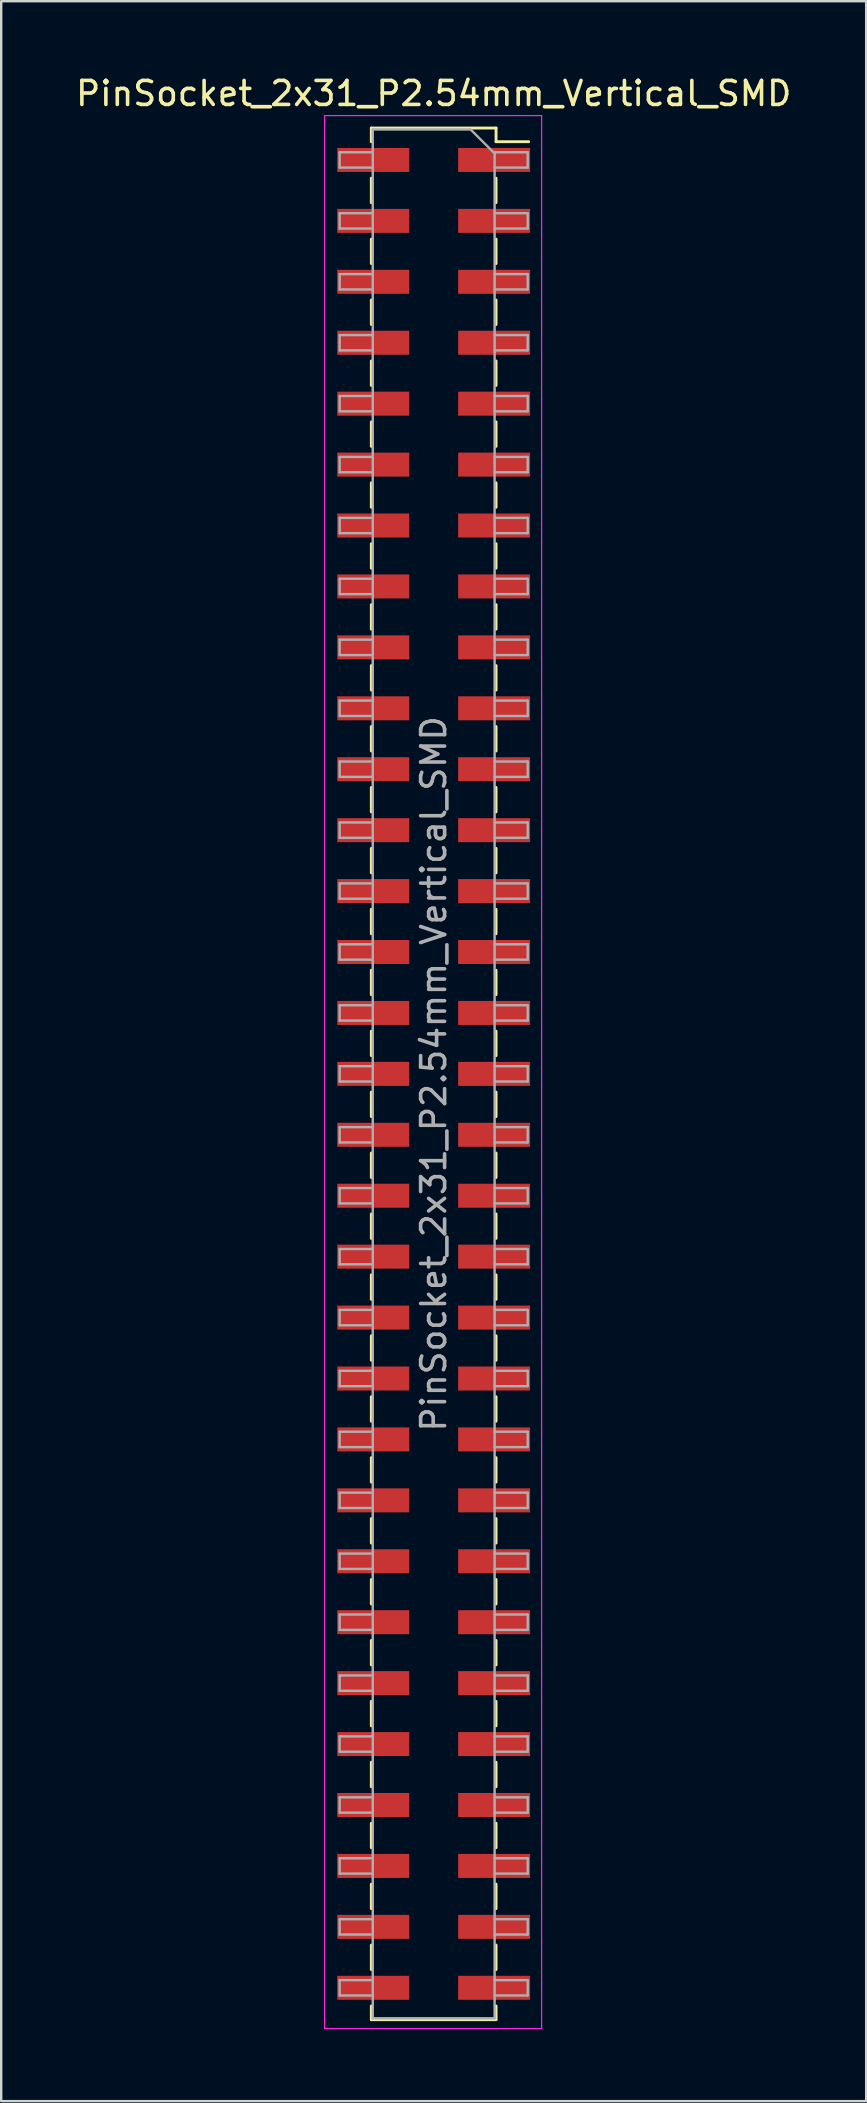
<source format=kicad_pcb>
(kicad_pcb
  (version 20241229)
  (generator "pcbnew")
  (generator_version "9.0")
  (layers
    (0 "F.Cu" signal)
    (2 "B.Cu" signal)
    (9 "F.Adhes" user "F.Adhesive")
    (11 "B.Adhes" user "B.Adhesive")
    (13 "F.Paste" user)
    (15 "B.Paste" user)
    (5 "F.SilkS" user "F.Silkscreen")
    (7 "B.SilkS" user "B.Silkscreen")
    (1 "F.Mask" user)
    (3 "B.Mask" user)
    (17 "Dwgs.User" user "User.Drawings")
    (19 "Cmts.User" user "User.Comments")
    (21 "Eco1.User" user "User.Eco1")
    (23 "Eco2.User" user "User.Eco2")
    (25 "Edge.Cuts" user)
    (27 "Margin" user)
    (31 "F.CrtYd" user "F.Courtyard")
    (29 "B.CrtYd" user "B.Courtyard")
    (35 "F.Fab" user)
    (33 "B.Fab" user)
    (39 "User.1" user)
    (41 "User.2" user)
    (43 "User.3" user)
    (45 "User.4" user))
  (footprint "PinSocket_2x31_P2.54mm_Vertical_SMD"
    (layer "F.Cu")
    (at 15.03 41.718)
    (property "Reference" "PinSocket_2x31_P2.54mm_Vertical_SMD" (at 0 -40.87 0) (layer "F.SilkS") (effects (font (size 1 1) (thickness 0.15))))
    (attr smd)
    (fp_line (start -2.6 -39.43) (end -2.6 -38.86) (stroke (width 0.12) (type solid)) (layer "F.SilkS"))
    (fp_line (start -2.6 -39.43) (end 2.6 -39.43) (stroke (width 0.12) (type solid)) (layer "F.SilkS"))
    (fp_line (start -2.6 -37.34) (end -2.6 -36.32) (stroke (width 0.12) (type solid)) (layer "F.SilkS"))
    (fp_line (start -2.6 -34.8) (end -2.6 -33.78) (stroke (width 0.12) (type solid)) (layer "F.SilkS"))
    (fp_line (start -2.6 -32.26) (end -2.6 -31.24) (stroke (width 0.12) (type solid)) (layer "F.SilkS"))
    (fp_line (start -2.6 -29.72) (end -2.6 -28.7) (stroke (width 0.12) (type solid)) (layer "F.SilkS"))
    (fp_line (start -2.6 -27.18) (end -2.6 -26.16) (stroke (width 0.12) (type solid)) (layer "F.SilkS"))
    (fp_line (start -2.6 -24.64) (end -2.6 -23.62) (stroke (width 0.12) (type solid)) (layer "F.SilkS"))
    (fp_line (start -2.6 -22.1) (end -2.6 -21.08) (stroke (width 0.12) (type solid)) (layer "F.SilkS"))
    (fp_line (start -2.6 -19.56) (end -2.6 -18.54) (stroke (width 0.12) (type solid)) (layer "F.SilkS"))
    (fp_line (start -2.6 -17.02) (end -2.6 -16) (stroke (width 0.12) (type solid)) (layer "F.SilkS"))
    (fp_line (start -2.6 -14.48) (end -2.6 -13.46) (stroke (width 0.12) (type solid)) (layer "F.SilkS"))
    (fp_line (start -2.6 -11.94) (end -2.6 -10.92) (stroke (width 0.12) (type solid)) (layer "F.SilkS"))
    (fp_line (start -2.6 -9.4) (end -2.6 -8.38) (stroke (width 0.12) (type solid)) (layer "F.SilkS"))
    (fp_line (start -2.6 -6.86) (end -2.6 -5.84) (stroke (width 0.12) (type solid)) (layer "F.SilkS"))
    (fp_line (start -2.6 -4.32) (end -2.6 -3.3) (stroke (width 0.12) (type solid)) (layer "F.SilkS"))
    (fp_line (start -2.6 -1.78) (end -2.6 -0.76) (stroke (width 0.12) (type solid)) (layer "F.SilkS"))
    (fp_line (start -2.6 0.76) (end -2.6 1.78) (stroke (width 0.12) (type solid)) (layer "F.SilkS"))
    (fp_line (start -2.6 3.3) (end -2.6 4.32) (stroke (width 0.12) (type solid)) (layer "F.SilkS"))
    (fp_line (start -2.6 5.84) (end -2.6 6.86) (stroke (width 0.12) (type solid)) (layer "F.SilkS"))
    (fp_line (start -2.6 8.38) (end -2.6 9.4) (stroke (width 0.12) (type solid)) (layer "F.SilkS"))
    (fp_line (start -2.6 10.92) (end -2.6 11.94) (stroke (width 0.12) (type solid)) (layer "F.SilkS"))
    (fp_line (start -2.6 13.46) (end -2.6 14.48) (stroke (width 0.12) (type solid)) (layer "F.SilkS"))
    (fp_line (start -2.6 16) (end -2.6 17.02) (stroke (width 0.12) (type solid)) (layer "F.SilkS"))
    (fp_line (start -2.6 18.54) (end -2.6 19.56) (stroke (width 0.12) (type solid)) (layer "F.SilkS"))
    (fp_line (start -2.6 21.08) (end -2.6 22.1) (stroke (width 0.12) (type solid)) (layer "F.SilkS"))
    (fp_line (start -2.6 23.62) (end -2.6 24.64) (stroke (width 0.12) (type solid)) (layer "F.SilkS"))
    (fp_line (start -2.6 26.16) (end -2.6 27.18) (stroke (width 0.12) (type solid)) (layer "F.SilkS"))
    (fp_line (start -2.6 28.7) (end -2.6 29.72) (stroke (width 0.12) (type solid)) (layer "F.SilkS"))
    (fp_line (start -2.6 31.24) (end -2.6 32.26) (stroke (width 0.12) (type solid)) (layer "F.SilkS"))
    (fp_line (start -2.6 33.78) (end -2.6 34.8) (stroke (width 0.12) (type solid)) (layer "F.SilkS"))
    (fp_line (start -2.6 36.32) (end -2.6 37.34) (stroke (width 0.12) (type solid)) (layer "F.SilkS"))
    (fp_line (start -2.6 38.86) (end -2.6 39.43) (stroke (width 0.12) (type solid)) (layer "F.SilkS"))
    (fp_line (start -2.6 39.43) (end 2.6 39.43) (stroke (width 0.12) (type solid)) (layer "F.SilkS"))
    (fp_line (start 2.6 -39.43) (end 2.6 -38.86) (stroke (width 0.12) (type solid)) (layer "F.SilkS"))
    (fp_line (start 2.6 -38.86) (end 3.96 -38.86) (stroke (width 0.12) (type solid)) (layer "F.SilkS"))
    (fp_line (start 2.6 -37.34) (end 2.6 -36.32) (stroke (width 0.12) (type solid)) (layer "F.SilkS"))
    (fp_line (start 2.6 -34.8) (end 2.6 -33.78) (stroke (width 0.12) (type solid)) (layer "F.SilkS"))
    (fp_line (start 2.6 -32.26) (end 2.6 -31.24) (stroke (width 0.12) (type solid)) (layer "F.SilkS"))
    (fp_line (start 2.6 -29.72) (end 2.6 -28.7) (stroke (width 0.12) (type solid)) (layer "F.SilkS"))
    (fp_line (start 2.6 -27.18) (end 2.6 -26.16) (stroke (width 0.12) (type solid)) (layer "F.SilkS"))
    (fp_line (start 2.6 -24.64) (end 2.6 -23.62) (stroke (width 0.12) (type solid)) (layer "F.SilkS"))
    (fp_line (start 2.6 -22.1) (end 2.6 -21.08) (stroke (width 0.12) (type solid)) (layer "F.SilkS"))
    (fp_line (start 2.6 -19.56) (end 2.6 -18.54) (stroke (width 0.12) (type solid)) (layer "F.SilkS"))
    (fp_line (start 2.6 -17.02) (end 2.6 -16) (stroke (width 0.12) (type solid)) (layer "F.SilkS"))
    (fp_line (start 2.6 -14.48) (end 2.6 -13.46) (stroke (width 0.12) (type solid)) (layer "F.SilkS"))
    (fp_line (start 2.6 -11.94) (end 2.6 -10.92) (stroke (width 0.12) (type solid)) (layer "F.SilkS"))
    (fp_line (start 2.6 -9.4) (end 2.6 -8.38) (stroke (width 0.12) (type solid)) (layer "F.SilkS"))
    (fp_line (start 2.6 -6.86) (end 2.6 -5.84) (stroke (width 0.12) (type solid)) (layer "F.SilkS"))
    (fp_line (start 2.6 -4.32) (end 2.6 -3.3) (stroke (width 0.12) (type solid)) (layer "F.SilkS"))
    (fp_line (start 2.6 -1.78) (end 2.6 -0.76) (stroke (width 0.12) (type solid)) (layer "F.SilkS"))
    (fp_line (start 2.6 0.76) (end 2.6 1.78) (stroke (width 0.12) (type solid)) (layer "F.SilkS"))
    (fp_line (start 2.6 3.3) (end 2.6 4.32) (stroke (width 0.12) (type solid)) (layer "F.SilkS"))
    (fp_line (start 2.6 5.84) (end 2.6 6.86) (stroke (width 0.12) (type solid)) (layer "F.SilkS"))
    (fp_line (start 2.6 8.38) (end 2.6 9.4) (stroke (width 0.12) (type solid)) (layer "F.SilkS"))
    (fp_line (start 2.6 10.92) (end 2.6 11.94) (stroke (width 0.12) (type solid)) (layer "F.SilkS"))
    (fp_line (start 2.6 13.46) (end 2.6 14.48) (stroke (width 0.12) (type solid)) (layer "F.SilkS"))
    (fp_line (start 2.6 16) (end 2.6 17.02) (stroke (width 0.12) (type solid)) (layer "F.SilkS"))
    (fp_line (start 2.6 18.54) (end 2.6 19.56) (stroke (width 0.12) (type solid)) (layer "F.SilkS"))
    (fp_line (start 2.6 21.08) (end 2.6 22.1) (stroke (width 0.12) (type solid)) (layer "F.SilkS"))
    (fp_line (start 2.6 23.62) (end 2.6 24.64) (stroke (width 0.12) (type solid)) (layer "F.SilkS"))
    (fp_line (start 2.6 26.16) (end 2.6 27.18) (stroke (width 0.12) (type solid)) (layer "F.SilkS"))
    (fp_line (start 2.6 28.7) (end 2.6 29.72) (stroke (width 0.12) (type solid)) (layer "F.SilkS"))
    (fp_line (start 2.6 31.24) (end 2.6 32.26) (stroke (width 0.12) (type solid)) (layer "F.SilkS"))
    (fp_line (start 2.6 33.78) (end 2.6 34.8) (stroke (width 0.12) (type solid)) (layer "F.SilkS"))
    (fp_line (start 2.6 36.32) (end 2.6 37.34) (stroke (width 0.12) (type solid)) (layer "F.SilkS"))
    (fp_line (start 2.6 38.86) (end 2.6 39.43) (stroke (width 0.12) (type solid)) (layer "F.SilkS"))
    (fp_line (start -4.55 -39.95) (end 4.5 -39.95) (stroke (width 0.05) (type solid)) (layer "F.CrtYd"))
    (fp_line (start -4.55 39.8) (end -4.55 -39.95) (stroke (width 0.05) (type solid)) (layer "F.CrtYd"))
    (fp_line (start 4.5 -39.95) (end 4.5 39.8) (stroke (width 0.05) (type solid)) (layer "F.CrtYd"))
    (fp_line (start 4.5 39.8) (end -4.55 39.8) (stroke (width 0.05) (type solid)) (layer "F.CrtYd"))
    (fp_line (start -3.92 -38.42) (end -2.54 -38.42) (stroke (width 0.1) (type solid)) (layer "F.Fab"))
    (fp_line (start -3.92 -37.78) (end -3.92 -38.42) (stroke (width 0.1) (type solid)) (layer "F.Fab"))
    (fp_line (start -3.92 -35.88) (end -2.54 -35.88) (stroke (width 0.1) (type solid)) (layer "F.Fab"))
    (fp_line (start -3.92 -35.24) (end -3.92 -35.88) (stroke (width 0.1) (type solid)) (layer "F.Fab"))
    (fp_line (start -3.92 -33.34) (end -2.54 -33.34) (stroke (width 0.1) (type solid)) (layer "F.Fab"))
    (fp_line (start -3.92 -32.7) (end -3.92 -33.34) (stroke (width 0.1) (type solid)) (layer "F.Fab"))
    (fp_line (start -3.92 -30.8) (end -2.54 -30.8) (stroke (width 0.1) (type solid)) (layer "F.Fab"))
    (fp_line (start -3.92 -30.16) (end -3.92 -30.8) (stroke (width 0.1) (type solid)) (layer "F.Fab"))
    (fp_line (start -3.92 -28.26) (end -2.54 -28.26) (stroke (width 0.1) (type solid)) (layer "F.Fab"))
    (fp_line (start -3.92 -27.62) (end -3.92 -28.26) (stroke (width 0.1) (type solid)) (layer "F.Fab"))
    (fp_line (start -3.92 -25.72) (end -2.54 -25.72) (stroke (width 0.1) (type solid)) (layer "F.Fab"))
    (fp_line (start -3.92 -25.08) (end -3.92 -25.72) (stroke (width 0.1) (type solid)) (layer "F.Fab"))
    (fp_line (start -3.92 -23.18) (end -2.54 -23.18) (stroke (width 0.1) (type solid)) (layer "F.Fab"))
    (fp_line (start -3.92 -22.54) (end -3.92 -23.18) (stroke (width 0.1) (type solid)) (layer "F.Fab"))
    (fp_line (start -3.92 -20.64) (end -2.54 -20.64) (stroke (width 0.1) (type solid)) (layer "F.Fab"))
    (fp_line (start -3.92 -20) (end -3.92 -20.64) (stroke (width 0.1) (type solid)) (layer "F.Fab"))
    (fp_line (start -3.92 -18.1) (end -2.54 -18.1) (stroke (width 0.1) (type solid)) (layer "F.Fab"))
    (fp_line (start -3.92 -17.46) (end -3.92 -18.1) (stroke (width 0.1) (type solid)) (layer "F.Fab"))
    (fp_line (start -3.92 -15.56) (end -2.54 -15.56) (stroke (width 0.1) (type solid)) (layer "F.Fab"))
    (fp_line (start -3.92 -14.92) (end -3.92 -15.56) (stroke (width 0.1) (type solid)) (layer "F.Fab"))
    (fp_line (start -3.92 -13.02) (end -2.54 -13.02) (stroke (width 0.1) (type solid)) (layer "F.Fab"))
    (fp_line (start -3.92 -12.38) (end -3.92 -13.02) (stroke (width 0.1) (type solid)) (layer "F.Fab"))
    (fp_line (start -3.92 -10.48) (end -2.54 -10.48) (stroke (width 0.1) (type solid)) (layer "F.Fab"))
    (fp_line (start -3.92 -9.84) (end -3.92 -10.48) (stroke (width 0.1) (type solid)) (layer "F.Fab"))
    (fp_line (start -3.92 -7.94) (end -2.54 -7.94) (stroke (width 0.1) (type solid)) (layer "F.Fab"))
    (fp_line (start -3.92 -7.3) (end -3.92 -7.94) (stroke (width 0.1) (type solid)) (layer "F.Fab"))
    (fp_line (start -3.92 -5.4) (end -2.54 -5.4) (stroke (width 0.1) (type solid)) (layer "F.Fab"))
    (fp_line (start -3.92 -4.76) (end -3.92 -5.4) (stroke (width 0.1) (type solid)) (layer "F.Fab"))
    (fp_line (start -3.92 -2.86) (end -2.54 -2.86) (stroke (width 0.1) (type solid)) (layer "F.Fab"))
    (fp_line (start -3.92 -2.22) (end -3.92 -2.86) (stroke (width 0.1) (type solid)) (layer "F.Fab"))
    (fp_line (start -3.92 -0.32) (end -2.54 -0.32) (stroke (width 0.1) (type solid)) (layer "F.Fab"))
    (fp_line (start -3.92 0.32) (end -3.92 -0.32) (stroke (width 0.1) (type solid)) (layer "F.Fab"))
    (fp_line (start -3.92 2.22) (end -2.54 2.22) (stroke (width 0.1) (type solid)) (layer "F.Fab"))
    (fp_line (start -3.92 2.86) (end -3.92 2.22) (stroke (width 0.1) (type solid)) (layer "F.Fab"))
    (fp_line (start -3.92 4.76) (end -2.54 4.76) (stroke (width 0.1) (type solid)) (layer "F.Fab"))
    (fp_line (start -3.92 5.4) (end -3.92 4.76) (stroke (width 0.1) (type solid)) (layer "F.Fab"))
    (fp_line (start -3.92 7.3) (end -2.54 7.3) (stroke (width 0.1) (type solid)) (layer "F.Fab"))
    (fp_line (start -3.92 7.94) (end -3.92 7.3) (stroke (width 0.1) (type solid)) (layer "F.Fab"))
    (fp_line (start -3.92 9.84) (end -2.54 9.84) (stroke (width 0.1) (type solid)) (layer "F.Fab"))
    (fp_line (start -3.92 10.48) (end -3.92 9.84) (stroke (width 0.1) (type solid)) (layer "F.Fab"))
    (fp_line (start -3.92 12.38) (end -2.54 12.38) (stroke (width 0.1) (type solid)) (layer "F.Fab"))
    (fp_line (start -3.92 13.02) (end -3.92 12.38) (stroke (width 0.1) (type solid)) (layer "F.Fab"))
    (fp_line (start -3.92 14.92) (end -2.54 14.92) (stroke (width 0.1) (type solid)) (layer "F.Fab"))
    (fp_line (start -3.92 15.56) (end -3.92 14.92) (stroke (width 0.1) (type solid)) (layer "F.Fab"))
    (fp_line (start -3.92 17.46) (end -2.54 17.46) (stroke (width 0.1) (type solid)) (layer "F.Fab"))
    (fp_line (start -3.92 18.1) (end -3.92 17.46) (stroke (width 0.1) (type solid)) (layer "F.Fab"))
    (fp_line (start -3.92 20) (end -2.54 20) (stroke (width 0.1) (type solid)) (layer "F.Fab"))
    (fp_line (start -3.92 20.64) (end -3.92 20) (stroke (width 0.1) (type solid)) (layer "F.Fab"))
    (fp_line (start -3.92 22.54) (end -2.54 22.54) (stroke (width 0.1) (type solid)) (layer "F.Fab"))
    (fp_line (start -3.92 23.18) (end -3.92 22.54) (stroke (width 0.1) (type solid)) (layer "F.Fab"))
    (fp_line (start -3.92 25.08) (end -2.54 25.08) (stroke (width 0.1) (type solid)) (layer "F.Fab"))
    (fp_line (start -3.92 25.72) (end -3.92 25.08) (stroke (width 0.1) (type solid)) (layer "F.Fab"))
    (fp_line (start -3.92 27.62) (end -2.54 27.62) (stroke (width 0.1) (type solid)) (layer "F.Fab"))
    (fp_line (start -3.92 28.26) (end -3.92 27.62) (stroke (width 0.1) (type solid)) (layer "F.Fab"))
    (fp_line (start -3.92 30.16) (end -2.54 30.16) (stroke (width 0.1) (type solid)) (layer "F.Fab"))
    (fp_line (start -3.92 30.8) (end -3.92 30.16) (stroke (width 0.1) (type solid)) (layer "F.Fab"))
    (fp_line (start -3.92 32.7) (end -2.54 32.7) (stroke (width 0.1) (type solid)) (layer "F.Fab"))
    (fp_line (start -3.92 33.34) (end -3.92 32.7) (stroke (width 0.1) (type solid)) (layer "F.Fab"))
    (fp_line (start -3.92 35.24) (end -2.54 35.24) (stroke (width 0.1) (type solid)) (layer "F.Fab"))
    (fp_line (start -3.92 35.88) (end -3.92 35.24) (stroke (width 0.1) (type solid)) (layer "F.Fab"))
    (fp_line (start -3.92 37.78) (end -2.54 37.78) (stroke (width 0.1) (type solid)) (layer "F.Fab"))
    (fp_line (start -3.92 38.42) (end -3.92 37.78) (stroke (width 0.1) (type solid)) (layer "F.Fab"))
    (fp_line (start -2.54 -39.37) (end 1.54 -39.37) (stroke (width 0.1) (type solid)) (layer "F.Fab"))
    (fp_line (start -2.54 -37.78) (end -3.92 -37.78) (stroke (width 0.1) (type solid)) (layer "F.Fab"))
    (fp_line (start -2.54 -35.24) (end -3.92 -35.24) (stroke (width 0.1) (type solid)) (layer "F.Fab"))
    (fp_line (start -2.54 -32.7) (end -3.92 -32.7) (stroke (width 0.1) (type solid)) (layer "F.Fab"))
    (fp_line (start -2.54 -30.16) (end -3.92 -30.16) (stroke (width 0.1) (type solid)) (layer "F.Fab"))
    (fp_line (start -2.54 -27.62) (end -3.92 -27.62) (stroke (width 0.1) (type solid)) (layer "F.Fab"))
    (fp_line (start -2.54 -25.08) (end -3.92 -25.08) (stroke (width 0.1) (type solid)) (layer "F.Fab"))
    (fp_line (start -2.54 -22.54) (end -3.92 -22.54) (stroke (width 0.1) (type solid)) (layer "F.Fab"))
    (fp_line (start -2.54 -20) (end -3.92 -20) (stroke (width 0.1) (type solid)) (layer "F.Fab"))
    (fp_line (start -2.54 -17.46) (end -3.92 -17.46) (stroke (width 0.1) (type solid)) (layer "F.Fab"))
    (fp_line (start -2.54 -14.92) (end -3.92 -14.92) (stroke (width 0.1) (type solid)) (layer "F.Fab"))
    (fp_line (start -2.54 -12.38) (end -3.92 -12.38) (stroke (width 0.1) (type solid)) (layer "F.Fab"))
    (fp_line (start -2.54 -9.84) (end -3.92 -9.84) (stroke (width 0.1) (type solid)) (layer "F.Fab"))
    (fp_line (start -2.54 -7.3) (end -3.92 -7.3) (stroke (width 0.1) (type solid)) (layer "F.Fab"))
    (fp_line (start -2.54 -4.76) (end -3.92 -4.76) (stroke (width 0.1) (type solid)) (layer "F.Fab"))
    (fp_line (start -2.54 -2.22) (end -3.92 -2.22) (stroke (width 0.1) (type solid)) (layer "F.Fab"))
    (fp_line (start -2.54 0.32) (end -3.92 0.32) (stroke (width 0.1) (type solid)) (layer "F.Fab"))
    (fp_line (start -2.54 2.86) (end -3.92 2.86) (stroke (width 0.1) (type solid)) (layer "F.Fab"))
    (fp_line (start -2.54 5.4) (end -3.92 5.4) (stroke (width 0.1) (type solid)) (layer "F.Fab"))
    (fp_line (start -2.54 7.94) (end -3.92 7.94) (stroke (width 0.1) (type solid)) (layer "F.Fab"))
    (fp_line (start -2.54 10.48) (end -3.92 10.48) (stroke (width 0.1) (type solid)) (layer "F.Fab"))
    (fp_line (start -2.54 13.02) (end -3.92 13.02) (stroke (width 0.1) (type solid)) (layer "F.Fab"))
    (fp_line (start -2.54 15.56) (end -3.92 15.56) (stroke (width 0.1) (type solid)) (layer "F.Fab"))
    (fp_line (start -2.54 18.1) (end -3.92 18.1) (stroke (width 0.1) (type solid)) (layer "F.Fab"))
    (fp_line (start -2.54 20.64) (end -3.92 20.64) (stroke (width 0.1) (type solid)) (layer "F.Fab"))
    (fp_line (start -2.54 23.18) (end -3.92 23.18) (stroke (width 0.1) (type solid)) (layer "F.Fab"))
    (fp_line (start -2.54 25.72) (end -3.92 25.72) (stroke (width 0.1) (type solid)) (layer "F.Fab"))
    (fp_line (start -2.54 28.26) (end -3.92 28.26) (stroke (width 0.1) (type solid)) (layer "F.Fab"))
    (fp_line (start -2.54 30.8) (end -3.92 30.8) (stroke (width 0.1) (type solid)) (layer "F.Fab"))
    (fp_line (start -2.54 33.34) (end -3.92 33.34) (stroke (width 0.1) (type solid)) (layer "F.Fab"))
    (fp_line (start -2.54 35.88) (end -3.92 35.88) (stroke (width 0.1) (type solid)) (layer "F.Fab"))
    (fp_line (start -2.54 38.42) (end -3.92 38.42) (stroke (width 0.1) (type solid)) (layer "F.Fab"))
    (fp_line (start -2.54 39.37) (end -2.54 -39.37) (stroke (width 0.1) (type solid)) (layer "F.Fab"))
    (fp_line (start 1.54 -39.37) (end 2.54 -38.37) (stroke (width 0.1) (type solid)) (layer "F.Fab"))
    (fp_line (start 2.54 -38.42) (end 3.92 -38.42) (stroke (width 0.1) (type solid)) (layer "F.Fab"))
    (fp_line (start 2.54 -38.37) (end 2.54 39.37) (stroke (width 0.1) (type solid)) (layer "F.Fab"))
    (fp_line (start 2.54 -35.88) (end 3.92 -35.88) (stroke (width 0.1) (type solid)) (layer "F.Fab"))
    (fp_line (start 2.54 -33.34) (end 3.92 -33.34) (stroke (width 0.1) (type solid)) (layer "F.Fab"))
    (fp_line (start 2.54 -30.8) (end 3.92 -30.8) (stroke (width 0.1) (type solid)) (layer "F.Fab"))
    (fp_line (start 2.54 -28.26) (end 3.92 -28.26) (stroke (width 0.1) (type solid)) (layer "F.Fab"))
    (fp_line (start 2.54 -25.72) (end 3.92 -25.72) (stroke (width 0.1) (type solid)) (layer "F.Fab"))
    (fp_line (start 2.54 -23.18) (end 3.92 -23.18) (stroke (width 0.1) (type solid)) (layer "F.Fab"))
    (fp_line (start 2.54 -20.64) (end 3.92 -20.64) (stroke (width 0.1) (type solid)) (layer "F.Fab"))
    (fp_line (start 2.54 -18.1) (end 3.92 -18.1) (stroke (width 0.1) (type solid)) (layer "F.Fab"))
    (fp_line (start 2.54 -15.56) (end 3.92 -15.56) (stroke (width 0.1) (type solid)) (layer "F.Fab"))
    (fp_line (start 2.54 -13.02) (end 3.92 -13.02) (stroke (width 0.1) (type solid)) (layer "F.Fab"))
    (fp_line (start 2.54 -10.48) (end 3.92 -10.48) (stroke (width 0.1) (type solid)) (layer "F.Fab"))
    (fp_line (start 2.54 -7.94) (end 3.92 -7.94) (stroke (width 0.1) (type solid)) (layer "F.Fab"))
    (fp_line (start 2.54 -5.4) (end 3.92 -5.4) (stroke (width 0.1) (type solid)) (layer "F.Fab"))
    (fp_line (start 2.54 -2.86) (end 3.92 -2.86) (stroke (width 0.1) (type solid)) (layer "F.Fab"))
    (fp_line (start 2.54 -0.32) (end 3.92 -0.32) (stroke (width 0.1) (type solid)) (layer "F.Fab"))
    (fp_line (start 2.54 2.22) (end 3.92 2.22) (stroke (width 0.1) (type solid)) (layer "F.Fab"))
    (fp_line (start 2.54 4.76) (end 3.92 4.76) (stroke (width 0.1) (type solid)) (layer "F.Fab"))
    (fp_line (start 2.54 7.3) (end 3.92 7.3) (stroke (width 0.1) (type solid)) (layer "F.Fab"))
    (fp_line (start 2.54 9.84) (end 3.92 9.84) (stroke (width 0.1) (type solid)) (layer "F.Fab"))
    (fp_line (start 2.54 12.38) (end 3.92 12.38) (stroke (width 0.1) (type solid)) (layer "F.Fab"))
    (fp_line (start 2.54 14.92) (end 3.92 14.92) (stroke (width 0.1) (type solid)) (layer "F.Fab"))
    (fp_line (start 2.54 17.46) (end 3.92 17.46) (stroke (width 0.1) (type solid)) (layer "F.Fab"))
    (fp_line (start 2.54 20) (end 3.92 20) (stroke (width 0.1) (type solid)) (layer "F.Fab"))
    (fp_line (start 2.54 22.54) (end 3.92 22.54) (stroke (width 0.1) (type solid)) (layer "F.Fab"))
    (fp_line (start 2.54 25.08) (end 3.92 25.08) (stroke (width 0.1) (type solid)) (layer "F.Fab"))
    (fp_line (start 2.54 27.62) (end 3.92 27.62) (stroke (width 0.1) (type solid)) (layer "F.Fab"))
    (fp_line (start 2.54 30.16) (end 3.92 30.16) (stroke (width 0.1) (type solid)) (layer "F.Fab"))
    (fp_line (start 2.54 32.7) (end 3.92 32.7) (stroke (width 0.1) (type solid)) (layer "F.Fab"))
    (fp_line (start 2.54 35.24) (end 3.92 35.24) (stroke (width 0.1) (type solid)) (layer "F.Fab"))
    (fp_line (start 2.54 37.78) (end 3.92 37.78) (stroke (width 0.1) (type solid)) (layer "F.Fab"))
    (fp_line (start 2.54 39.37) (end -2.54 39.37) (stroke (width 0.1) (type solid)) (layer "F.Fab"))
    (fp_line (start 3.92 -38.42) (end 3.92 -37.78) (stroke (width 0.1) (type solid)) (layer "F.Fab"))
    (fp_line (start 3.92 -37.78) (end 2.54 -37.78) (stroke (width 0.1) (type solid)) (layer "F.Fab"))
    (fp_line (start 3.92 -35.88) (end 3.92 -35.24) (stroke (width 0.1) (type solid)) (layer "F.Fab"))
    (fp_line (start 3.92 -35.24) (end 2.54 -35.24) (stroke (width 0.1) (type solid)) (layer "F.Fab"))
    (fp_line (start 3.92 -33.34) (end 3.92 -32.7) (stroke (width 0.1) (type solid)) (layer "F.Fab"))
    (fp_line (start 3.92 -32.7) (end 2.54 -32.7) (stroke (width 0.1) (type solid)) (layer "F.Fab"))
    (fp_line (start 3.92 -30.8) (end 3.92 -30.16) (stroke (width 0.1) (type solid)) (layer "F.Fab"))
    (fp_line (start 3.92 -30.16) (end 2.54 -30.16) (stroke (width 0.1) (type solid)) (layer "F.Fab"))
    (fp_line (start 3.92 -28.26) (end 3.92 -27.62) (stroke (width 0.1) (type solid)) (layer "F.Fab"))
    (fp_line (start 3.92 -27.62) (end 2.54 -27.62) (stroke (width 0.1) (type solid)) (layer "F.Fab"))
    (fp_line (start 3.92 -25.72) (end 3.92 -25.08) (stroke (width 0.1) (type solid)) (layer "F.Fab"))
    (fp_line (start 3.92 -25.08) (end 2.54 -25.08) (stroke (width 0.1) (type solid)) (layer "F.Fab"))
    (fp_line (start 3.92 -23.18) (end 3.92 -22.54) (stroke (width 0.1) (type solid)) (layer "F.Fab"))
    (fp_line (start 3.92 -22.54) (end 2.54 -22.54) (stroke (width 0.1) (type solid)) (layer "F.Fab"))
    (fp_line (start 3.92 -20.64) (end 3.92 -20) (stroke (width 0.1) (type solid)) (layer "F.Fab"))
    (fp_line (start 3.92 -20) (end 2.54 -20) (stroke (width 0.1) (type solid)) (layer "F.Fab"))
    (fp_line (start 3.92 -18.1) (end 3.92 -17.46) (stroke (width 0.1) (type solid)) (layer "F.Fab"))
    (fp_line (start 3.92 -17.46) (end 2.54 -17.46) (stroke (width 0.1) (type solid)) (layer "F.Fab"))
    (fp_line (start 3.92 -15.56) (end 3.92 -14.92) (stroke (width 0.1) (type solid)) (layer "F.Fab"))
    (fp_line (start 3.92 -14.92) (end 2.54 -14.92) (stroke (width 0.1) (type solid)) (layer "F.Fab"))
    (fp_line (start 3.92 -13.02) (end 3.92 -12.38) (stroke (width 0.1) (type solid)) (layer "F.Fab"))
    (fp_line (start 3.92 -12.38) (end 2.54 -12.38) (stroke (width 0.1) (type solid)) (layer "F.Fab"))
    (fp_line (start 3.92 -10.48) (end 3.92 -9.84) (stroke (width 0.1) (type solid)) (layer "F.Fab"))
    (fp_line (start 3.92 -9.84) (end 2.54 -9.84) (stroke (width 0.1) (type solid)) (layer "F.Fab"))
    (fp_line (start 3.92 -7.94) (end 3.92 -7.3) (stroke (width 0.1) (type solid)) (layer "F.Fab"))
    (fp_line (start 3.92 -7.3) (end 2.54 -7.3) (stroke (width 0.1) (type solid)) (layer "F.Fab"))
    (fp_line (start 3.92 -5.4) (end 3.92 -4.76) (stroke (width 0.1) (type solid)) (layer "F.Fab"))
    (fp_line (start 3.92 -4.76) (end 2.54 -4.76) (stroke (width 0.1) (type solid)) (layer "F.Fab"))
    (fp_line (start 3.92 -2.86) (end 3.92 -2.22) (stroke (width 0.1) (type solid)) (layer "F.Fab"))
    (fp_line (start 3.92 -2.22) (end 2.54 -2.22) (stroke (width 0.1) (type solid)) (layer "F.Fab"))
    (fp_line (start 3.92 -0.32) (end 3.92 0.32) (stroke (width 0.1) (type solid)) (layer "F.Fab"))
    (fp_line (start 3.92 0.32) (end 2.54 0.32) (stroke (width 0.1) (type solid)) (layer "F.Fab"))
    (fp_line (start 3.92 2.22) (end 3.92 2.86) (stroke (width 0.1) (type solid)) (layer "F.Fab"))
    (fp_line (start 3.92 2.86) (end 2.54 2.86) (stroke (width 0.1) (type solid)) (layer "F.Fab"))
    (fp_line (start 3.92 4.76) (end 3.92 5.4) (stroke (width 0.1) (type solid)) (layer "F.Fab"))
    (fp_line (start 3.92 5.4) (end 2.54 5.4) (stroke (width 0.1) (type solid)) (layer "F.Fab"))
    (fp_line (start 3.92 7.3) (end 3.92 7.94) (stroke (width 0.1) (type solid)) (layer "F.Fab"))
    (fp_line (start 3.92 7.94) (end 2.54 7.94) (stroke (width 0.1) (type solid)) (layer "F.Fab"))
    (fp_line (start 3.92 9.84) (end 3.92 10.48) (stroke (width 0.1) (type solid)) (layer "F.Fab"))
    (fp_line (start 3.92 10.48) (end 2.54 10.48) (stroke (width 0.1) (type solid)) (layer "F.Fab"))
    (fp_line (start 3.92 12.38) (end 3.92 13.02) (stroke (width 0.1) (type solid)) (layer "F.Fab"))
    (fp_line (start 3.92 13.02) (end 2.54 13.02) (stroke (width 0.1) (type solid)) (layer "F.Fab"))
    (fp_line (start 3.92 14.92) (end 3.92 15.56) (stroke (width 0.1) (type solid)) (layer "F.Fab"))
    (fp_line (start 3.92 15.56) (end 2.54 15.56) (stroke (width 0.1) (type solid)) (layer "F.Fab"))
    (fp_line (start 3.92 17.46) (end 3.92 18.1) (stroke (width 0.1) (type solid)) (layer "F.Fab"))
    (fp_line (start 3.92 18.1) (end 2.54 18.1) (stroke (width 0.1) (type solid)) (layer "F.Fab"))
    (fp_line (start 3.92 20) (end 3.92 20.64) (stroke (width 0.1) (type solid)) (layer "F.Fab"))
    (fp_line (start 3.92 20.64) (end 2.54 20.64) (stroke (width 0.1) (type solid)) (layer "F.Fab"))
    (fp_line (start 3.92 22.54) (end 3.92 23.18) (stroke (width 0.1) (type solid)) (layer "F.Fab"))
    (fp_line (start 3.92 23.18) (end 2.54 23.18) (stroke (width 0.1) (type solid)) (layer "F.Fab"))
    (fp_line (start 3.92 25.08) (end 3.92 25.72) (stroke (width 0.1) (type solid)) (layer "F.Fab"))
    (fp_line (start 3.92 25.72) (end 2.54 25.72) (stroke (width 0.1) (type solid)) (layer "F.Fab"))
    (fp_line (start 3.92 27.62) (end 3.92 28.26) (stroke (width 0.1) (type solid)) (layer "F.Fab"))
    (fp_line (start 3.92 28.26) (end 2.54 28.26) (stroke (width 0.1) (type solid)) (layer "F.Fab"))
    (fp_line (start 3.92 30.16) (end 3.92 30.8) (stroke (width 0.1) (type solid)) (layer "F.Fab"))
    (fp_line (start 3.92 30.8) (end 2.54 30.8) (stroke (width 0.1) (type solid)) (layer "F.Fab"))
    (fp_line (start 3.92 32.7) (end 3.92 33.34) (stroke (width 0.1) (type solid)) (layer "F.Fab"))
    (fp_line (start 3.92 33.34) (end 2.54 33.34) (stroke (width 0.1) (type solid)) (layer "F.Fab"))
    (fp_line (start 3.92 35.24) (end 3.92 35.88) (stroke (width 0.1) (type solid)) (layer "F.Fab"))
    (fp_line (start 3.92 35.88) (end 2.54 35.88) (stroke (width 0.1) (type solid)) (layer "F.Fab"))
    (fp_line (start 3.92 37.78) (end 3.92 38.42) (stroke (width 0.1) (type solid)) (layer "F.Fab"))
    (fp_line (start 3.92 38.42) (end 2.54 38.42) (stroke (width 0.1) (type solid)) (layer "F.Fab"))
    (fp_text user "${REFERENCE}" (at 0 0 90) (layer "F.Fab") (effects (font (size 1 1) (thickness 0.15))))
    (pad "1" smd rect (at 2.52 -38.1) (size 3 1) (layers "F.Cu" "F.Mask" "F.Paste"))
    (pad "2" smd rect (at -2.52 -38.1) (size 3 1) (layers "F.Cu" "F.Mask" "F.Paste"))
    (pad "3" smd rect (at 2.52 -35.56) (size 3 1) (layers "F.Cu" "F.Mask" "F.Paste"))
    (pad "4" smd rect (at -2.52 -35.56) (size 3 1) (layers "F.Cu" "F.Mask" "F.Paste"))
    (pad "5" smd rect (at 2.52 -33.02) (size 3 1) (layers "F.Cu" "F.Mask" "F.Paste"))
    (pad "6" smd rect (at -2.52 -33.02) (size 3 1) (layers "F.Cu" "F.Mask" "F.Paste"))
    (pad "7" smd rect (at 2.52 -30.48) (size 3 1) (layers "F.Cu" "F.Mask" "F.Paste"))
    (pad "8" smd rect (at -2.52 -30.48) (size 3 1) (layers "F.Cu" "F.Mask" "F.Paste"))
    (pad "9" smd rect (at 2.52 -27.94) (size 3 1) (layers "F.Cu" "F.Mask" "F.Paste"))
    (pad "10" smd rect (at -2.52 -27.94) (size 3 1) (layers "F.Cu" "F.Mask" "F.Paste"))
    (pad "11" smd rect (at 2.52 -25.4) (size 3 1) (layers "F.Cu" "F.Mask" "F.Paste"))
    (pad "12" smd rect (at -2.52 -25.4) (size 3 1) (layers "F.Cu" "F.Mask" "F.Paste"))
    (pad "13" smd rect (at 2.52 -22.86) (size 3 1) (layers "F.Cu" "F.Mask" "F.Paste"))
    (pad "14" smd rect (at -2.52 -22.86) (size 3 1) (layers "F.Cu" "F.Mask" "F.Paste"))
    (pad "15" smd rect (at 2.52 -20.32) (size 3 1) (layers "F.Cu" "F.Mask" "F.Paste"))
    (pad "16" smd rect (at -2.52 -20.32) (size 3 1) (layers "F.Cu" "F.Mask" "F.Paste"))
    (pad "17" smd rect (at 2.52 -17.78) (size 3 1) (layers "F.Cu" "F.Mask" "F.Paste"))
    (pad "18" smd rect (at -2.52 -17.78) (size 3 1) (layers "F.Cu" "F.Mask" "F.Paste"))
    (pad "19" smd rect (at 2.52 -15.24) (size 3 1) (layers "F.Cu" "F.Mask" "F.Paste"))
    (pad "20" smd rect (at -2.52 -15.24) (size 3 1) (layers "F.Cu" "F.Mask" "F.Paste"))
    (pad "21" smd rect (at 2.52 -12.7) (size 3 1) (layers "F.Cu" "F.Mask" "F.Paste"))
    (pad "22" smd rect (at -2.52 -12.7) (size 3 1) (layers "F.Cu" "F.Mask" "F.Paste"))
    (pad "23" smd rect (at 2.52 -10.16) (size 3 1) (layers "F.Cu" "F.Mask" "F.Paste"))
    (pad "24" smd rect (at -2.52 -10.16) (size 3 1) (layers "F.Cu" "F.Mask" "F.Paste"))
    (pad "25" smd rect (at 2.52 -7.62) (size 3 1) (layers "F.Cu" "F.Mask" "F.Paste"))
    (pad "26" smd rect (at -2.52 -7.62) (size 3 1) (layers "F.Cu" "F.Mask" "F.Paste"))
    (pad "27" smd rect (at 2.52 -5.08) (size 3 1) (layers "F.Cu" "F.Mask" "F.Paste"))
    (pad "28" smd rect (at -2.52 -5.08) (size 3 1) (layers "F.Cu" "F.Mask" "F.Paste"))
    (pad "29" smd rect (at 2.52 -2.54) (size 3 1) (layers "F.Cu" "F.Mask" "F.Paste"))
    (pad "30" smd rect (at -2.52 -2.54) (size 3 1) (layers "F.Cu" "F.Mask" "F.Paste"))
    (pad "31" smd rect (at 2.52 0) (size 3 1) (layers "F.Cu" "F.Mask" "F.Paste"))
    (pad "32" smd rect (at -2.52 0) (size 3 1) (layers "F.Cu" "F.Mask" "F.Paste"))
    (pad "33" smd rect (at 2.52 2.54) (size 3 1) (layers "F.Cu" "F.Mask" "F.Paste"))
    (pad "34" smd rect (at -2.52 2.54) (size 3 1) (layers "F.Cu" "F.Mask" "F.Paste"))
    (pad "35" smd rect (at 2.52 5.08) (size 3 1) (layers "F.Cu" "F.Mask" "F.Paste"))
    (pad "36" smd rect (at -2.52 5.08) (size 3 1) (layers "F.Cu" "F.Mask" "F.Paste"))
    (pad "37" smd rect (at 2.52 7.62) (size 3 1) (layers "F.Cu" "F.Mask" "F.Paste"))
    (pad "38" smd rect (at -2.52 7.62) (size 3 1) (layers "F.Cu" "F.Mask" "F.Paste"))
    (pad "39" smd rect (at 2.52 10.16) (size 3 1) (layers "F.Cu" "F.Mask" "F.Paste"))
    (pad "40" smd rect (at -2.52 10.16) (size 3 1) (layers "F.Cu" "F.Mask" "F.Paste"))
    (pad "41" smd rect (at 2.52 12.7) (size 3 1) (layers "F.Cu" "F.Mask" "F.Paste"))
    (pad "42" smd rect (at -2.52 12.7) (size 3 1) (layers "F.Cu" "F.Mask" "F.Paste"))
    (pad "43" smd rect (at 2.52 15.24) (size 3 1) (layers "F.Cu" "F.Mask" "F.Paste"))
    (pad "44" smd rect (at -2.52 15.24) (size 3 1) (layers "F.Cu" "F.Mask" "F.Paste"))
    (pad "45" smd rect (at 2.52 17.78) (size 3 1) (layers "F.Cu" "F.Mask" "F.Paste"))
    (pad "46" smd rect (at -2.52 17.78) (size 3 1) (layers "F.Cu" "F.Mask" "F.Paste"))
    (pad "47" smd rect (at 2.52 20.32) (size 3 1) (layers "F.Cu" "F.Mask" "F.Paste"))
    (pad "48" smd rect (at -2.52 20.32) (size 3 1) (layers "F.Cu" "F.Mask" "F.Paste"))
    (pad "49" smd rect (at 2.52 22.86) (size 3 1) (layers "F.Cu" "F.Mask" "F.Paste"))
    (pad "50" smd rect (at -2.52 22.86) (size 3 1) (layers "F.Cu" "F.Mask" "F.Paste"))
    (pad "51" smd rect (at 2.52 25.4) (size 3 1) (layers "F.Cu" "F.Mask" "F.Paste"))
    (pad "52" smd rect (at -2.52 25.4) (size 3 1) (layers "F.Cu" "F.Mask" "F.Paste"))
    (pad "53" smd rect (at 2.52 27.94) (size 3 1) (layers "F.Cu" "F.Mask" "F.Paste"))
    (pad "54" smd rect (at -2.52 27.94) (size 3 1) (layers "F.Cu" "F.Mask" "F.Paste"))
    (pad "55" smd rect (at 2.52 30.48) (size 3 1) (layers "F.Cu" "F.Mask" "F.Paste"))
    (pad "56" smd rect (at -2.52 30.48) (size 3 1) (layers "F.Cu" "F.Mask" "F.Paste"))
    (pad "57" smd rect (at 2.52 33.02) (size 3 1) (layers "F.Cu" "F.Mask" "F.Paste"))
    (pad "58" smd rect (at -2.52 33.02) (size 3 1) (layers "F.Cu" "F.Mask" "F.Paste"))
    (pad "59" smd rect (at 2.52 35.56) (size 3 1) (layers "F.Cu" "F.Mask" "F.Paste"))
    (pad "60" smd rect (at -2.52 35.56) (size 3 1) (layers "F.Cu" "F.Mask" "F.Paste"))
    (pad "61" smd rect (at 2.52 38.1) (size 3 1) (layers "F.Cu" "F.Mask" "F.Paste"))
    (pad "62" smd rect (at -2.52 38.1) (size 3 1) (layers "F.Cu" "F.Mask" "F.Paste")))
  (gr_rect
    (start -3 -3)
    (end 33.06 84.543)
    (stroke (width 0.1) (type default))
    (fill no)
    (layer "Edge.Cuts")))
</source>
